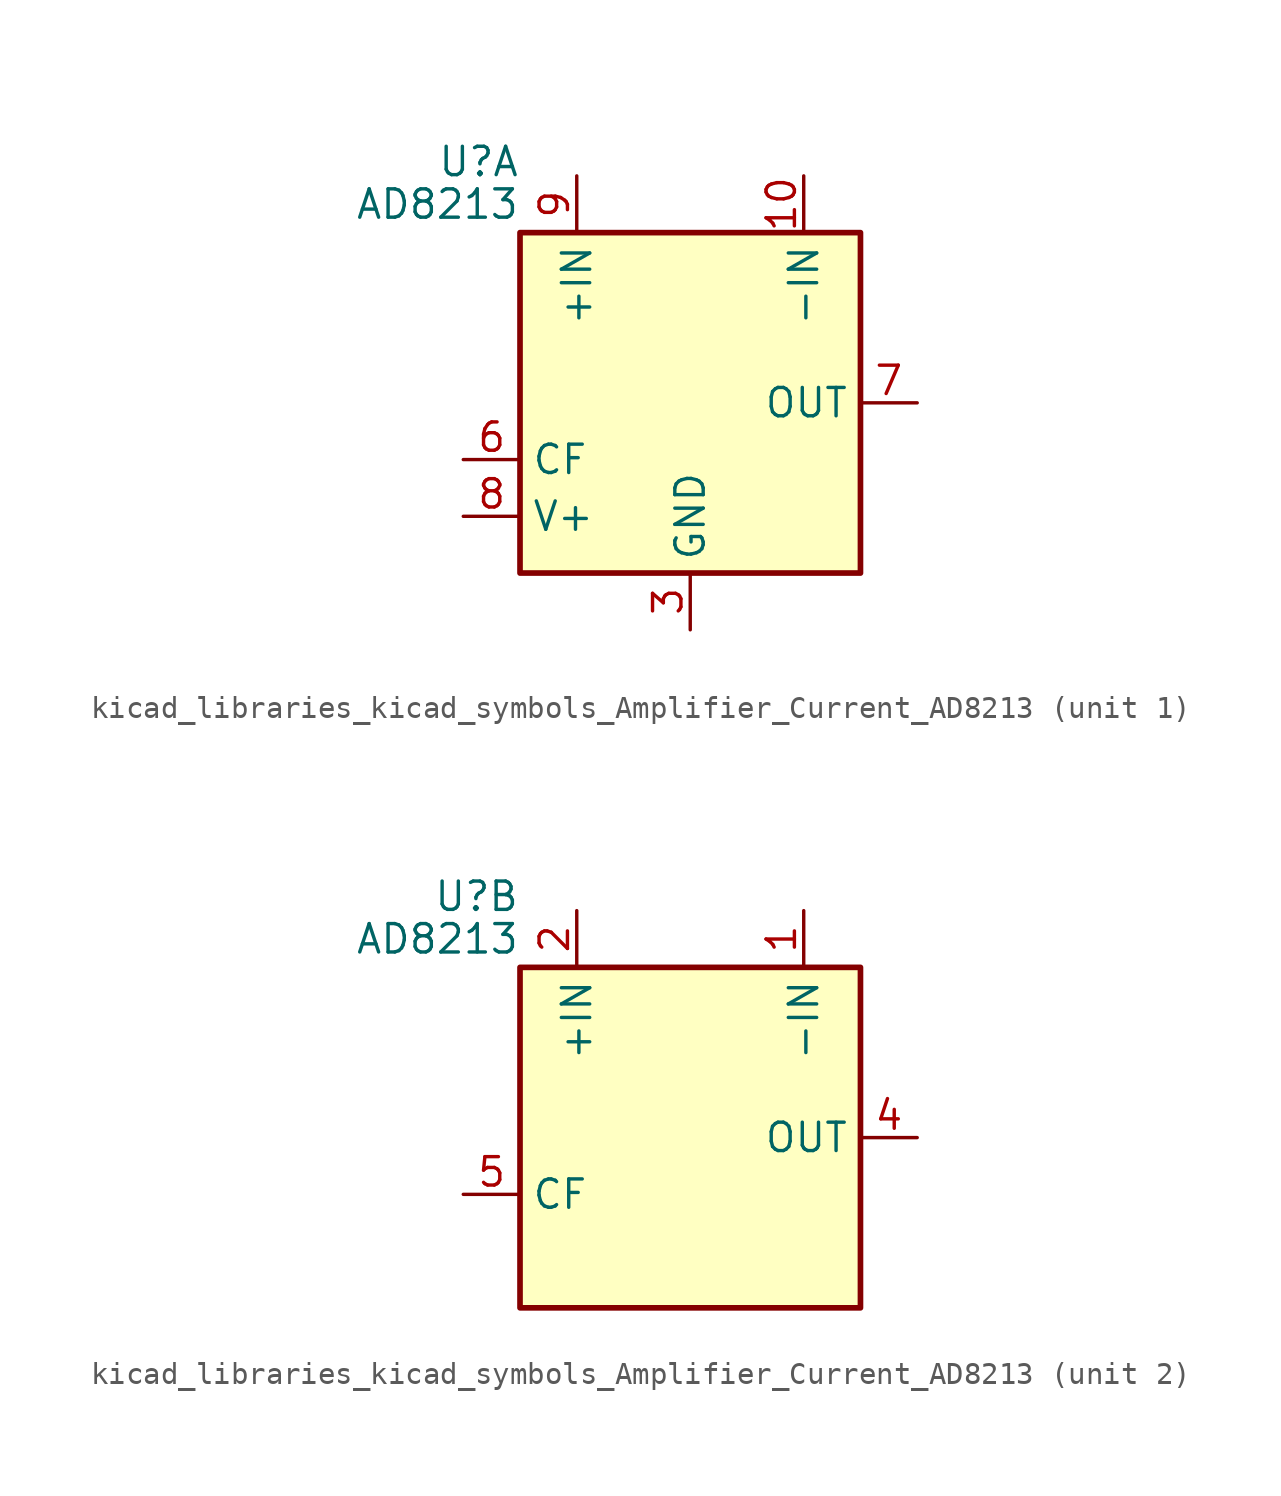
<source format=kicad_sym>
(kicad_symbol_lib
  (version 20220914)
  (generator kicad_symbol_editor)
  (symbol "kicad_libraries_kicad_symbols_Amplifier_Current_AD8213"
    (property "Reference" "U"
      (at -7.62 10.795 0)
      (effects (font (size 1.27 1.27)) (justify right)))
    (property "Value" "AD8213"
      (at -7.62 8.89 0)
      (effects (font (size 1.27 1.27)) (justify right)))
    (symbol "kicad_libraries_kicad_symbols_Amplifier_Current_AD8213_0_1"
      (rectangle (start -7.62 7.62) (end 7.62 -7.62) (stroke (width 0.254) (type default)) (fill (type background))))
    (symbol "kicad_libraries_kicad_symbols_Amplifier_Current_AD8213_1_1"
      (pin input line (at 5.08 10.16 270) (length 2.54) (name "-IN" (effects (font (size 1.27 1.27)))) (number "10" (effects (font (size 1.27 1.27)))))
      (pin power_in line (at 0 -10.16 90) (length 2.54) (name "GND" (effects (font (size 1.27 1.27)))) (number "3" (effects (font (size 1.27 1.27)))))
      (pin passive line (at -10.16 -2.54 0) (length 2.54) (name "CF" (effects (font (size 1.27 1.27)))) (number "6" (effects (font (size 1.27 1.27)))))
      (pin output line (at 10.16 0 180) (length 2.54) (name "OUT" (effects (font (size 1.27 1.27)))) (number "7" (effects (font (size 1.27 1.27)))))
      (pin power_in line (at -10.16 -5.08 0) (length 2.54) (name "V+" (effects (font (size 1.27 1.27)))) (number "8" (effects (font (size 1.27 1.27)))))
      (pin input line (at -5.08 10.16 270) (length 2.54) (name "+IN" (effects (font (size 1.27 1.27)))) (number "9" (effects (font (size 1.27 1.27))))))
    (symbol "kicad_libraries_kicad_symbols_Amplifier_Current_AD8213_2_1"
      (pin input line (at 5.08 10.16 270) (length 2.54) (name "-IN" (effects (font (size 1.27 1.27)))) (number "1" (effects (font (size 1.27 1.27)))))
      (pin input line (at -5.08 10.16 270) (length 2.54) (name "+IN" (effects (font (size 1.27 1.27)))) (number "2" (effects (font (size 1.27 1.27)))))
      (pin output line (at 10.16 0 180) (length 2.54) (name "OUT" (effects (font (size 1.27 1.27)))) (number "4" (effects (font (size 1.27 1.27)))))
      (pin passive line (at -10.16 -2.54 0) (length 2.54) (name "CF" (effects (font (size 1.27 1.27)))) (number "5" (effects (font (size 1.27 1.27))))))))
</source>
